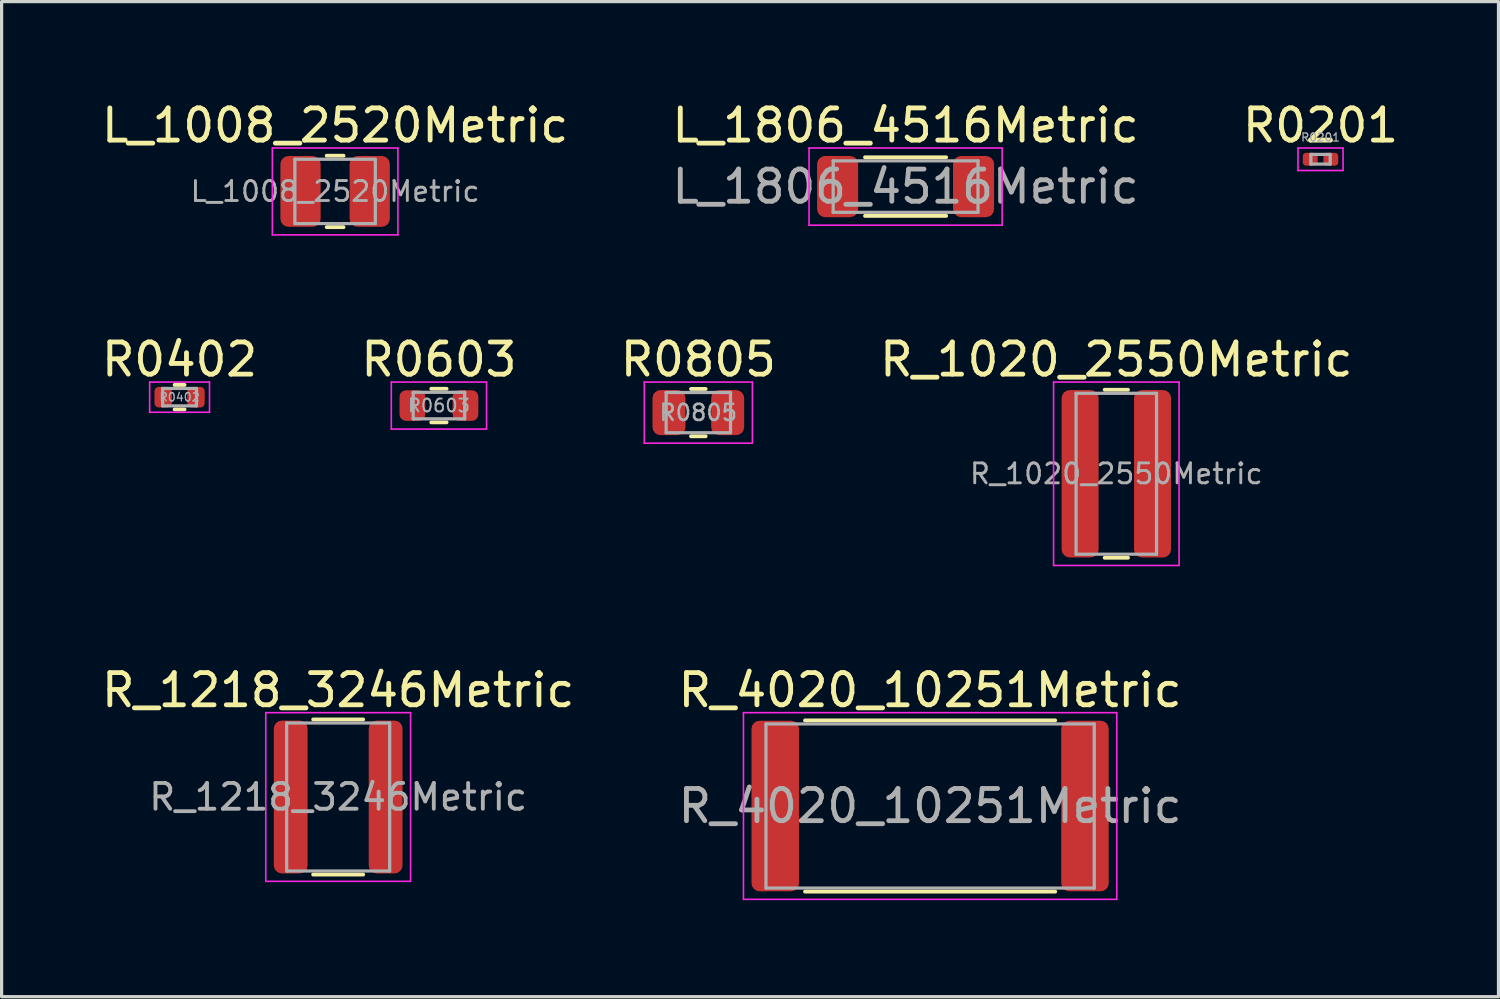
<source format=kicad_pcb>
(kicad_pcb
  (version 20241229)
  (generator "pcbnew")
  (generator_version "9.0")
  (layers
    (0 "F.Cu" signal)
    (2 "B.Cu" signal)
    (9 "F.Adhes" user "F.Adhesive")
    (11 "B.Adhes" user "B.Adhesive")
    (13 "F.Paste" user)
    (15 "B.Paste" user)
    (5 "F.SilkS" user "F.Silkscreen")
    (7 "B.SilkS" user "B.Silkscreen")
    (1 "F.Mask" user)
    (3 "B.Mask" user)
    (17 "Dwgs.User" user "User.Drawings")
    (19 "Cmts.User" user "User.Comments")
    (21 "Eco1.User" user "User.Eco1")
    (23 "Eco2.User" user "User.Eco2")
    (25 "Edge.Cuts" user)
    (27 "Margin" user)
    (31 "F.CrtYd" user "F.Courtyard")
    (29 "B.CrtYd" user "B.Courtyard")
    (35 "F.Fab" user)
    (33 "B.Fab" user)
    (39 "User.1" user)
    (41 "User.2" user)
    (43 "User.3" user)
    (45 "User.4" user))
  (footprint "L_1008_2520Metric"
    (layer "F.Cu")
    (at 7.363 2.898)
    (property "Reference" "L_1008_2520Metric" (at 0 -2.05 0) (layer "F.SilkS") (effects (font (size 1 1) (thickness 0.15))))
    (attr smd)
    (fp_line (start -0.261 -1.11) (end 0.261 -1.11) (stroke (width 0.12) (type solid)) (layer "F.SilkS"))
    (fp_line (start -0.261 1.11) (end 0.261 1.11) (stroke (width 0.12) (type solid)) (layer "F.SilkS"))
    (fp_line (start -1.95 -1.35) (end 1.95 -1.35) (stroke (width 0.05) (type solid)) (layer "F.CrtYd"))
    (fp_line (start -1.95 1.35) (end -1.95 -1.35) (stroke (width 0.05) (type solid)) (layer "F.CrtYd"))
    (fp_line (start 1.95 -1.35) (end 1.95 1.35) (stroke (width 0.05) (type solid)) (layer "F.CrtYd"))
    (fp_line (start 1.95 1.35) (end -1.95 1.35) (stroke (width 0.05) (type solid)) (layer "F.CrtYd"))
    (fp_line (start -1.25 -1) (end 1.25 -1) (stroke (width 0.1) (type solid)) (layer "F.Fab"))
    (fp_line (start -1.25 1) (end -1.25 -1) (stroke (width 0.1) (type solid)) (layer "F.Fab"))
    (fp_line (start 1.25 -1) (end 1.25 1) (stroke (width 0.1) (type solid)) (layer "F.Fab"))
    (fp_line (start 1.25 1) (end -1.25 1) (stroke (width 0.1) (type solid)) (layer "F.Fab"))
    (fp_text user "${REFERENCE}" (at 0 0 0) (layer "F.Fab") (effects (font (size 0.62 0.62) (thickness 0.09))))
    (pad "1" smd roundrect (at -1.075 0) (size 1.25 2.2) (layers "F.Cu" "F.Mask" "F.Paste") (roundrect_rratio 0.2))
    (pad "2" smd roundrect (at 1.075 0) (size 1.25 2.2) (layers "F.Cu" "F.Mask" "F.Paste") (roundrect_rratio 0.2)))
  (footprint "L_1806_4516Metric"
    (layer "F.Cu")
    (at 25.089 2.748)
    (property "Reference" "L_1806_4516Metric" (at 0 -1.9 0) (layer "F.SilkS") (effects (font (size 1 1) (thickness 0.15))))
    (attr smd)
    (fp_line (start -1.26 -0.91) (end 1.26 -0.91) (stroke (width 0.12) (type solid)) (layer "F.SilkS"))
    (fp_line (start -1.26 0.91) (end 1.26 0.91) (stroke (width 0.12) (type solid)) (layer "F.SilkS"))
    (fp_line (start -3 -1.2) (end 3 -1.2) (stroke (width 0.05) (type solid)) (layer "F.CrtYd"))
    (fp_line (start -3 1.2) (end -3 -1.2) (stroke (width 0.05) (type solid)) (layer "F.CrtYd"))
    (fp_line (start 3 -1.2) (end 3 1.2) (stroke (width 0.05) (type solid)) (layer "F.CrtYd"))
    (fp_line (start 3 1.2) (end -3 1.2) (stroke (width 0.05) (type solid)) (layer "F.CrtYd"))
    (fp_line (start -2.25 -0.8) (end 2.25 -0.8) (stroke (width 0.1) (type solid)) (layer "F.Fab"))
    (fp_line (start -2.25 0.8) (end -2.25 -0.8) (stroke (width 0.1) (type solid)) (layer "F.Fab"))
    (fp_line (start 2.25 -0.8) (end 2.25 0.8) (stroke (width 0.1) (type solid)) (layer "F.Fab"))
    (fp_line (start 2.25 0.8) (end -2.25 0.8) (stroke (width 0.1) (type solid)) (layer "F.Fab"))
    (fp_text user "${REFERENCE}" (at 0 0 0) (layer "F.Fab") (effects (font (size 1 1) (thickness 0.15))))
    (pad "1" smd roundrect (at -2.112 0) (size 1.275 1.9) (layers "F.Cu" "F.Mask" "F.Paste") (roundrect_rratio 0.196))
    (pad "2" smd roundrect (at 2.112 0) (size 1.275 1.9) (layers "F.Cu" "F.Mask" "F.Paste") (roundrect_rratio 0.196)))
  (footprint "R_4020_10251Metric"
    (layer "F.Cu")
    (at 25.851 21.995)
    (property "Reference" "R_4020_10251Metric" (at 0 -3.6 0) (layer "F.SilkS") (effects (font (size 1 1) (thickness 0.15))))
    (attr smd)
    (fp_line (start -3.886 -2.66) (end 3.886 -2.66) (stroke (width 0.12) (type solid)) (layer "F.SilkS"))
    (fp_line (start -3.886 2.66) (end 3.886 2.66) (stroke (width 0.12) (type solid)) (layer "F.SilkS"))
    (fp_line (start -5.8 -2.9) (end 5.8 -2.9) (stroke (width 0.05) (type solid)) (layer "F.CrtYd"))
    (fp_line (start -5.8 2.9) (end -5.8 -2.9) (stroke (width 0.05) (type solid)) (layer "F.CrtYd"))
    (fp_line (start 5.8 -2.9) (end 5.8 2.9) (stroke (width 0.05) (type solid)) (layer "F.CrtYd"))
    (fp_line (start 5.8 2.9) (end -5.8 2.9) (stroke (width 0.05) (type solid)) (layer "F.CrtYd"))
    (fp_line (start -5.1 -2.55) (end 5.1 -2.55) (stroke (width 0.1) (type solid)) (layer "F.Fab"))
    (fp_line (start -5.1 2.55) (end -5.1 -2.55) (stroke (width 0.1) (type solid)) (layer "F.Fab"))
    (fp_line (start 5.1 -2.55) (end 5.1 2.55) (stroke (width 0.1) (type solid)) (layer "F.Fab"))
    (fp_line (start 5.1 2.55) (end -5.1 2.55) (stroke (width 0.1) (type solid)) (layer "F.Fab"))
    (fp_text user "${REFERENCE}" (at 0 0 0) (layer "F.Fab") (effects (font (size 1 1) (thickness 0.15))))
    (pad "1" smd roundrect (at -4.812 0) (size 1.475 5.3) (layers "F.Cu" "F.Mask" "F.Paste") (roundrect_rratio 0.169))
    (pad "2" smd roundrect (at 4.812 0) (size 1.475 5.3) (layers "F.Cu" "F.Mask" "F.Paste") (roundrect_rratio 0.169)))
  (footprint "R0603"
    (layer "F.Cu")
    (at 10.589 9.552)
    (property "Reference" "R0603" (at 0 -1.43 0) (layer "F.SilkS") (effects (font (size 1 1) (thickness 0.15))))
    (attr smd)
    (fp_line (start -0.237 -0.522) (end 0.237 -0.522) (stroke (width 0.12) (type solid)) (layer "F.SilkS"))
    (fp_line (start -0.237 0.522) (end 0.237 0.522) (stroke (width 0.12) (type solid)) (layer "F.SilkS"))
    (fp_line (start -1.48 -0.73) (end 1.48 -0.73) (stroke (width 0.05) (type solid)) (layer "F.CrtYd"))
    (fp_line (start -1.48 0.73) (end -1.48 -0.73) (stroke (width 0.05) (type solid)) (layer "F.CrtYd"))
    (fp_line (start 1.48 -0.73) (end 1.48 0.73) (stroke (width 0.05) (type solid)) (layer "F.CrtYd"))
    (fp_line (start 1.48 0.73) (end -1.48 0.73) (stroke (width 0.05) (type solid)) (layer "F.CrtYd"))
    (fp_line (start -0.8 -0.412) (end 0.8 -0.412) (stroke (width 0.1) (type solid)) (layer "F.Fab"))
    (fp_line (start -0.8 0.412) (end -0.8 -0.412) (stroke (width 0.1) (type solid)) (layer "F.Fab"))
    (fp_line (start 0.8 -0.412) (end 0.8 0.412) (stroke (width 0.1) (type solid)) (layer "F.Fab"))
    (fp_line (start 0.8 0.412) (end -0.8 0.412) (stroke (width 0.1) (type solid)) (layer "F.Fab"))
    (fp_text user "${REFERENCE}" (at 0 0 0) (layer "F.Fab") (effects (font (size 0.4 0.4) (thickness 0.06))))
    (pad "1" smd roundrect (at -0.825 0) (size 0.8 0.95) (layers "F.Cu" "F.Mask" "F.Paste") (roundrect_rratio 0.25))
    (pad "2" smd roundrect (at 0.825 0) (size 0.8 0.95) (layers "F.Cu" "F.Mask" "F.Paste") (roundrect_rratio 0.25)))
  (footprint "R0805"
    (layer "F.Cu")
    (at 18.649 9.771)
    (property "Reference" "R0805" (at 0 -1.65 0) (layer "F.SilkS") (effects (font (size 1 1) (thickness 0.15))))
    (attr smd)
    (fp_line (start -0.227 -0.735) (end 0.227 -0.735) (stroke (width 0.12) (type solid)) (layer "F.SilkS"))
    (fp_line (start -0.227 0.735) (end 0.227 0.735) (stroke (width 0.12) (type solid)) (layer "F.SilkS"))
    (fp_line (start -1.68 -0.95) (end 1.68 -0.95) (stroke (width 0.05) (type solid)) (layer "F.CrtYd"))
    (fp_line (start -1.68 0.95) (end -1.68 -0.95) (stroke (width 0.05) (type solid)) (layer "F.CrtYd"))
    (fp_line (start 1.68 -0.95) (end 1.68 0.95) (stroke (width 0.05) (type solid)) (layer "F.CrtYd"))
    (fp_line (start 1.68 0.95) (end -1.68 0.95) (stroke (width 0.05) (type solid)) (layer "F.CrtYd"))
    (fp_line (start -1 -0.625) (end 1 -0.625) (stroke (width 0.1) (type solid)) (layer "F.Fab"))
    (fp_line (start -1 0.625) (end -1 -0.625) (stroke (width 0.1) (type solid)) (layer "F.Fab"))
    (fp_line (start 1 -0.625) (end 1 0.625) (stroke (width 0.1) (type solid)) (layer "F.Fab"))
    (fp_line (start 1 0.625) (end -1 0.625) (stroke (width 0.1) (type solid)) (layer "F.Fab"))
    (fp_text user "${REFERENCE}" (at 0 0 0) (layer "F.Fab") (effects (font (size 0.5 0.5) (thickness 0.08))))
    (pad "1" smd roundrect (at -0.912 0) (size 1.025 1.4) (layers "F.Cu" "F.Mask" "F.Paste") (roundrect_rratio 0.244))
    (pad "2" smd roundrect (at 0.912 0) (size 1.025 1.4) (layers "F.Cu" "F.Mask" "F.Paste") (roundrect_rratio 0.244)))
  (footprint "R0201"
    (layer "F.Cu")
    (at 37.982 1.898)
    (property "Reference" "R0201" (at 0 -1.05 0) (layer "F.SilkS") (effects (font (size 1 1) (thickness 0.15))))
    (attr smd)
    (fp_line (start -0.7 -0.35) (end 0.7 -0.35) (stroke (width 0.05) (type solid)) (layer "F.CrtYd"))
    (fp_line (start -0.7 0.35) (end -0.7 -0.35) (stroke (width 0.05) (type solid)) (layer "F.CrtYd"))
    (fp_line (start 0.7 -0.35) (end 0.7 0.35) (stroke (width 0.05) (type solid)) (layer "F.CrtYd"))
    (fp_line (start 0.7 0.35) (end -0.7 0.35) (stroke (width 0.05) (type solid)) (layer "F.CrtYd"))
    (fp_line (start -0.3 -0.15) (end 0.3 -0.15) (stroke (width 0.1) (type solid)) (layer "F.Fab"))
    (fp_line (start -0.3 0.15) (end -0.3 -0.15) (stroke (width 0.1) (type solid)) (layer "F.Fab"))
    (fp_line (start 0.3 -0.15) (end 0.3 0.15) (stroke (width 0.1) (type solid)) (layer "F.Fab"))
    (fp_line (start 0.3 0.15) (end -0.3 0.15) (stroke (width 0.1) (type solid)) (layer "F.Fab"))
    (fp_text user "${REFERENCE}" (at 0 -0.68 0) (layer "F.Fab") (effects (font (size 0.25 0.25) (thickness 0.04))))
    (pad "" smd roundrect (at -0.345 0) (size 0.318 0.36) (layers "F.Paste") (roundrect_rratio 0.25))
    (pad "" smd roundrect (at 0.345 0) (size 0.318 0.36) (layers "F.Paste") (roundrect_rratio 0.25))
    (pad "1" smd roundrect (at -0.32 0) (size 0.46 0.4) (layers "F.Cu" "F.Mask") (roundrect_rratio 0.25))
    (pad "2" smd roundrect (at 0.32 0) (size 0.46 0.4) (layers "F.Cu" "F.Mask") (roundrect_rratio 0.25)))
  (footprint "R0402"
    (layer "F.Cu")
    (at 2.53 9.291)
    (property "Reference" "R0402" (at 0 -1.17 0) (layer "F.SilkS") (effects (font (size 1 1) (thickness 0.15))))
    (attr smd)
    (fp_line (start -0.154 -0.38) (end 0.154 -0.38) (stroke (width 0.12) (type solid)) (layer "F.SilkS"))
    (fp_line (start -0.154 0.38) (end 0.154 0.38) (stroke (width 0.12) (type solid)) (layer "F.SilkS"))
    (fp_line (start -0.93 -0.47) (end 0.93 -0.47) (stroke (width 0.05) (type solid)) (layer "F.CrtYd"))
    (fp_line (start -0.93 0.47) (end -0.93 -0.47) (stroke (width 0.05) (type solid)) (layer "F.CrtYd"))
    (fp_line (start 0.93 -0.47) (end 0.93 0.47) (stroke (width 0.05) (type solid)) (layer "F.CrtYd"))
    (fp_line (start 0.93 0.47) (end -0.93 0.47) (stroke (width 0.05) (type solid)) (layer "F.CrtYd"))
    (fp_line (start -0.525 -0.27) (end 0.525 -0.27) (stroke (width 0.1) (type solid)) (layer "F.Fab"))
    (fp_line (start -0.525 0.27) (end -0.525 -0.27) (stroke (width 0.1) (type solid)) (layer "F.Fab"))
    (fp_line (start 0.525 -0.27) (end 0.525 0.27) (stroke (width 0.1) (type solid)) (layer "F.Fab"))
    (fp_line (start 0.525 0.27) (end -0.525 0.27) (stroke (width 0.1) (type solid)) (layer "F.Fab"))
    (fp_text user "${REFERENCE}" (at 0 0 0) (layer "F.Fab") (effects (font (size 0.26 0.26) (thickness 0.04))))
    (pad "1" smd roundrect (at -0.51 0) (size 0.54 0.64) (layers "F.Cu" "F.Mask" "F.Paste") (roundrect_rratio 0.25))
    (pad "2" smd roundrect (at 0.51 0) (size 0.54 0.64) (layers "F.Cu" "F.Mask" "F.Paste") (roundrect_rratio 0.25)))
  (footprint "R_1020_2550Metric"
    (layer "F.Cu")
    (at 31.637 11.671)
    (property "Reference" "R_1020_2550Metric" (at 0 -3.55 0) (layer "F.SilkS") (effects (font (size 1 1) (thickness 0.15))))
    (attr smd)
    (fp_line (start -0.361 -2.61) (end 0.361 -2.61) (stroke (width 0.12) (type solid)) (layer "F.SilkS"))
    (fp_line (start -0.361 2.61) (end 0.361 2.61) (stroke (width 0.12) (type solid)) (layer "F.SilkS"))
    (fp_line (start -1.95 -2.85) (end 1.95 -2.85) (stroke (width 0.05) (type solid)) (layer "F.CrtYd"))
    (fp_line (start -1.95 2.85) (end -1.95 -2.85) (stroke (width 0.05) (type solid)) (layer "F.CrtYd"))
    (fp_line (start 1.95 -2.85) (end 1.95 2.85) (stroke (width 0.05) (type solid)) (layer "F.CrtYd"))
    (fp_line (start 1.95 2.85) (end -1.95 2.85) (stroke (width 0.05) (type solid)) (layer "F.CrtYd"))
    (fp_line (start -1.25 -2.5) (end 1.25 -2.5) (stroke (width 0.1) (type solid)) (layer "F.Fab"))
    (fp_line (start -1.25 2.5) (end -1.25 -2.5) (stroke (width 0.1) (type solid)) (layer "F.Fab"))
    (fp_line (start 1.25 -2.5) (end 1.25 2.5) (stroke (width 0.1) (type solid)) (layer "F.Fab"))
    (fp_line (start 1.25 2.5) (end -1.25 2.5) (stroke (width 0.1) (type solid)) (layer "F.Fab"))
    (fp_text user "${REFERENCE}" (at 0 0 0) (layer "F.Fab") (effects (font (size 0.62 0.62) (thickness 0.09))))
    (pad "1" smd roundrect (at -1.125 0) (size 1.15 5.2) (layers "F.Cu" "F.Mask" "F.Paste") (roundrect_rratio 0.217))
    (pad "2" smd roundrect (at 1.125 0) (size 1.15 5.2) (layers "F.Cu" "F.Mask" "F.Paste") (roundrect_rratio 0.217)))
  (footprint "R_1218_3246Metric"
    (layer "F.Cu")
    (at 7.458 21.715)
    (property "Reference" "R_1218_3246Metric" (at 0 -3.32 0) (layer "F.SilkS") (effects (font (size 1 1) (thickness 0.15))))
    (attr smd)
    (fp_line (start -0.777 -2.41) (end 0.777 -2.41) (stroke (width 0.12) (type solid)) (layer "F.SilkS"))
    (fp_line (start -0.777 2.41) (end 0.777 2.41) (stroke (width 0.12) (type solid)) (layer "F.SilkS"))
    (fp_line (start -2.25 -2.62) (end 2.25 -2.62) (stroke (width 0.05) (type solid)) (layer "F.CrtYd"))
    (fp_line (start -2.25 2.62) (end -2.25 -2.62) (stroke (width 0.05) (type solid)) (layer "F.CrtYd"))
    (fp_line (start 2.25 -2.62) (end 2.25 2.62) (stroke (width 0.05) (type solid)) (layer "F.CrtYd"))
    (fp_line (start 2.25 2.62) (end -2.25 2.62) (stroke (width 0.05) (type solid)) (layer "F.CrtYd"))
    (fp_line (start -1.6 -2.3) (end 1.6 -2.3) (stroke (width 0.1) (type solid)) (layer "F.Fab"))
    (fp_line (start -1.6 2.3) (end -1.6 -2.3) (stroke (width 0.1) (type solid)) (layer "F.Fab"))
    (fp_line (start 1.6 -2.3) (end 1.6 2.3) (stroke (width 0.1) (type solid)) (layer "F.Fab"))
    (fp_line (start 1.6 2.3) (end -1.6 2.3) (stroke (width 0.1) (type solid)) (layer "F.Fab"))
    (fp_text user "${REFERENCE}" (at 0 0 0) (layer "F.Fab") (effects (font (size 0.8 0.8) (thickness 0.12))))
    (pad "1" smd roundrect (at -1.475 0) (size 1.05 4.75) (layers "F.Cu" "F.Mask" "F.Paste") (roundrect_rratio 0.238))
    (pad "2" smd roundrect (at 1.475 0) (size 1.05 4.75) (layers "F.Cu" "F.Mask" "F.Paste") (roundrect_rratio 0.238)))
  (gr_rect
    (start -3 -3)
    (end 43.512 27.92)
    (stroke (width 0.1) (type default))
    (fill no)
    (layer "Edge.Cuts")))
</source>
